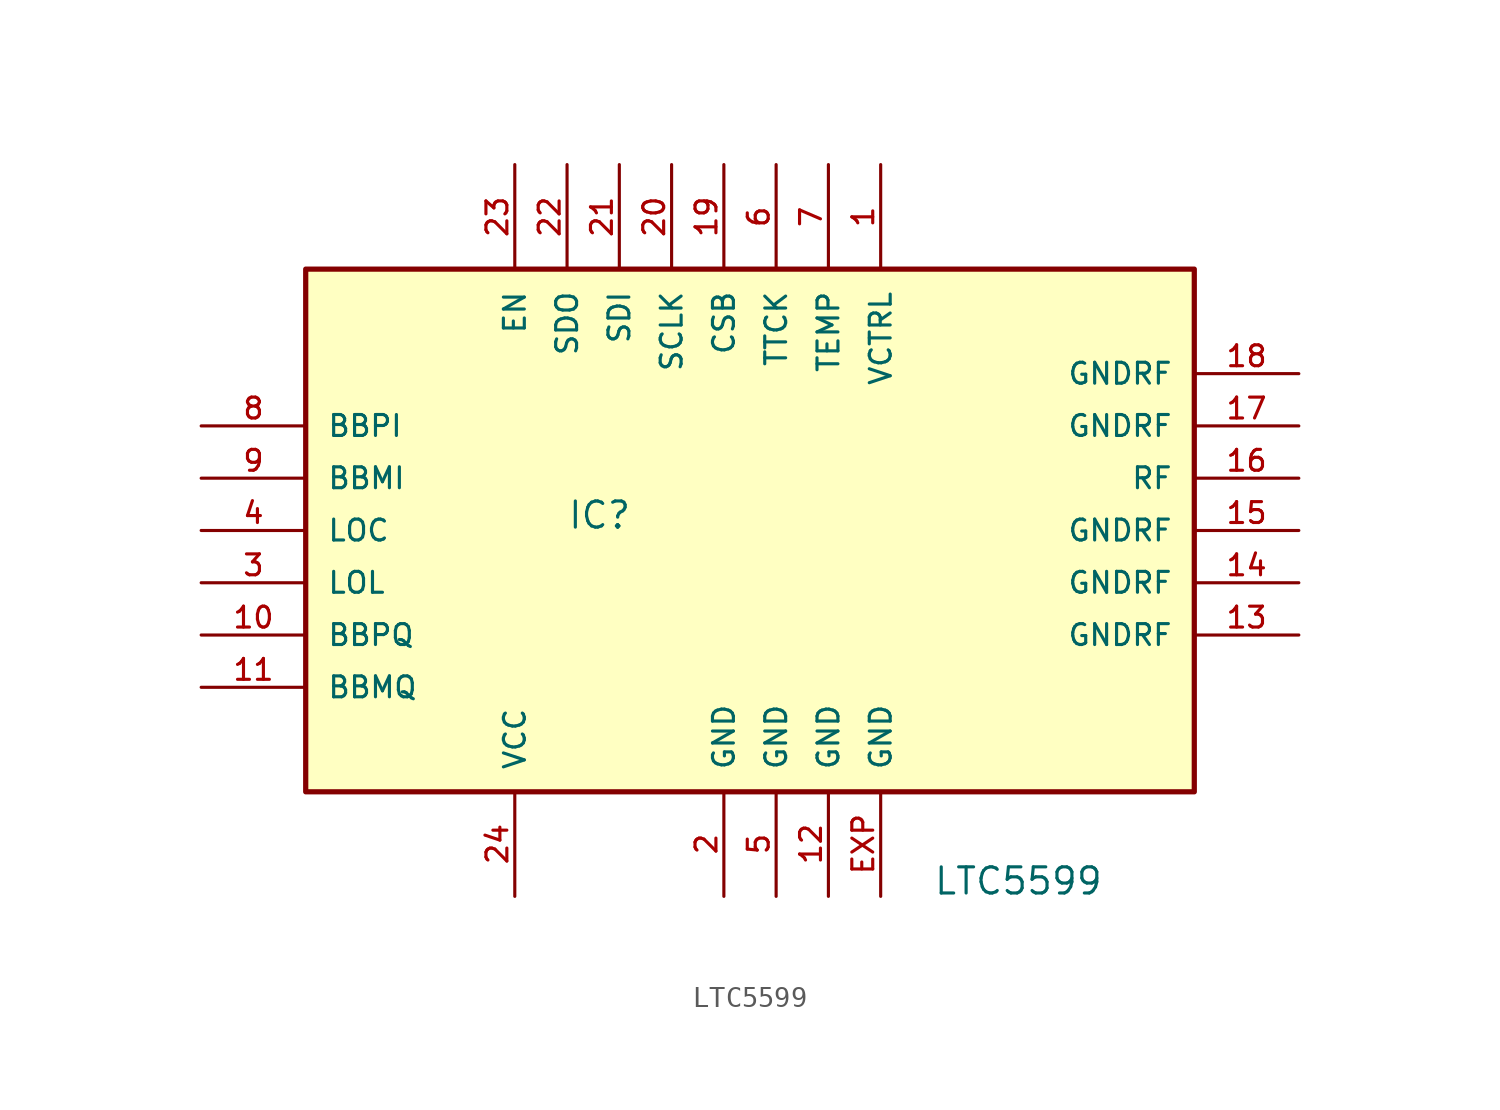
<source format=kicad_sym>
(kicad_symbol_lib
  (version 20241209)
  (generator "kicad_symbol_editor")
  (generator_version "9.0")
  (symbol "LTC5599"
    (pin_names
      (offset 1.016))
    (property "Reference" "IC"
      (at -7.62 0 0)
      (effects (font (size 1.27 1.27)) (justify left bottom)))
    (property "Value" "LTC5599"
      (at 10.16 -17.78 0)
      (effects (font (size 1.27 1.27)) (justify left bottom)))
    (symbol "LTC5599_0_0"
      (rectangle (start -20.32 -12.7) (end 22.86 12.7) (stroke (width 0.254) (type default)) (fill (type background))))
    (symbol "LTC5599_1_0"
      (pin input line (at -25.4 5.08 0) (length 5.08) (name "BBPI" (effects (font (size 1.016 1.016)))) (number "8" (effects (font (size 1.016 1.016)))))
      (pin input line (at -25.4 2.54 0) (length 5.08) (name "BBMI" (effects (font (size 1.016 1.016)))) (number "9" (effects (font (size 1.016 1.016)))))
      (pin input line (at -25.4 0 0) (length 5.08) (name "LOC" (effects (font (size 1.016 1.016)))) (number "4" (effects (font (size 1.016 1.016)))))
      (pin input line (at -25.4 -2.54 0) (length 5.08) (name "LOL" (effects (font (size 1.016 1.016)))) (number "3" (effects (font (size 1.016 1.016)))))
      (pin input line (at -25.4 -5.08 0) (length 5.08) (name "BBPQ" (effects (font (size 1.016 1.016)))) (number "10" (effects (font (size 1.016 1.016)))))
      (pin input line (at -25.4 -7.62 0) (length 5.08) (name "BBMQ" (effects (font (size 1.016 1.016)))) (number "11" (effects (font (size 1.016 1.016)))))
      (pin input line (at -10.16 17.78 270) (length 5.08) (name "EN" (effects (font (size 1.016 1.016)))) (number "23" (effects (font (size 1.016 1.016)))))
      (pin power_in line (at -10.16 -17.78 90) (length 5.08) (name "VCC" (effects (font (size 1.016 1.016)))) (number "24" (effects (font (size 1.016 1.016)))))
      (pin output line (at -7.62 17.78 270) (length 5.08) (name "SDO" (effects (font (size 1.016 1.016)))) (number "22" (effects (font (size 1.016 1.016)))))
      (pin input line (at -5.08 17.78 270) (length 5.08) (name "SDI" (effects (font (size 1.016 1.016)))) (number "21" (effects (font (size 1.016 1.016)))))
      (pin input line (at -2.54 17.78 270) (length 5.08) (name "SCLK" (effects (font (size 1.016 1.016)))) (number "20" (effects (font (size 1.016 1.016)))))
      (pin input line (at 0 17.78 270) (length 5.08) (name "CSB" (effects (font (size 1.016 1.016)))) (number "19" (effects (font (size 1.016 1.016)))))
      (pin passive line (at 0 -17.78 90) (length 5.08) (name "GND" (effects (font (size 1.016 1.016)))) (number "2" (effects (font (size 1.016 1.016)))))
      (pin input line (at 2.54 17.78 270) (length 5.08) (name "TTCK" (effects (font (size 1.016 1.016)))) (number "6" (effects (font (size 1.016 1.016)))))
      (pin passive line (at 2.54 -17.78 90) (length 5.08) (name "GND" (effects (font (size 1.016 1.016)))) (number "5" (effects (font (size 1.016 1.016)))))
      (pin output line (at 5.08 17.78 270) (length 5.08) (name "TEMP" (effects (font (size 1.016 1.016)))) (number "7" (effects (font (size 1.016 1.016)))))
      (pin passive line (at 5.08 -17.78 90) (length 5.08) (name "GND" (effects (font (size 1.016 1.016)))) (number "12" (effects (font (size 1.016 1.016)))))
      (pin power_in line (at 7.62 17.78 270) (length 5.08) (name "VCTRL" (effects (font (size 1.016 1.016)))) (number "1" (effects (font (size 1.016 1.016)))))
      (pin passive line (at 7.62 -17.78 90) (length 5.08) (name "GND" (effects (font (size 1.016 1.016)))) (number "EXP" (effects (font (size 1.016 1.016)))))
      (pin passive line (at 27.94 7.62 180) (length 5.08) (name "GNDRF" (effects (font (size 1.016 1.016)))) (number "18" (effects (font (size 1.016 1.016)))))
      (pin passive line (at 27.94 5.08 180) (length 5.08) (name "GNDRF" (effects (font (size 1.016 1.016)))) (number "17" (effects (font (size 1.016 1.016)))))
      (pin output line (at 27.94 2.54 180) (length 5.08) (name "RF" (effects (font (size 1.016 1.016)))) (number "16" (effects (font (size 1.016 1.016)))))
      (pin passive line (at 27.94 0 180) (length 5.08) (name "GNDRF" (effects (font (size 1.016 1.016)))) (number "15" (effects (font (size 1.016 1.016)))))
      (pin passive line (at 27.94 -2.54 180) (length 5.08) (name "GNDRF" (effects (font (size 1.016 1.016)))) (number "14" (effects (font (size 1.016 1.016)))))
      (pin passive line (at 27.94 -5.08 180) (length 5.08) (name "GNDRF" (effects (font (size 1.016 1.016)))) (number "13" (effects (font (size 1.016 1.016))))))))
</source>
